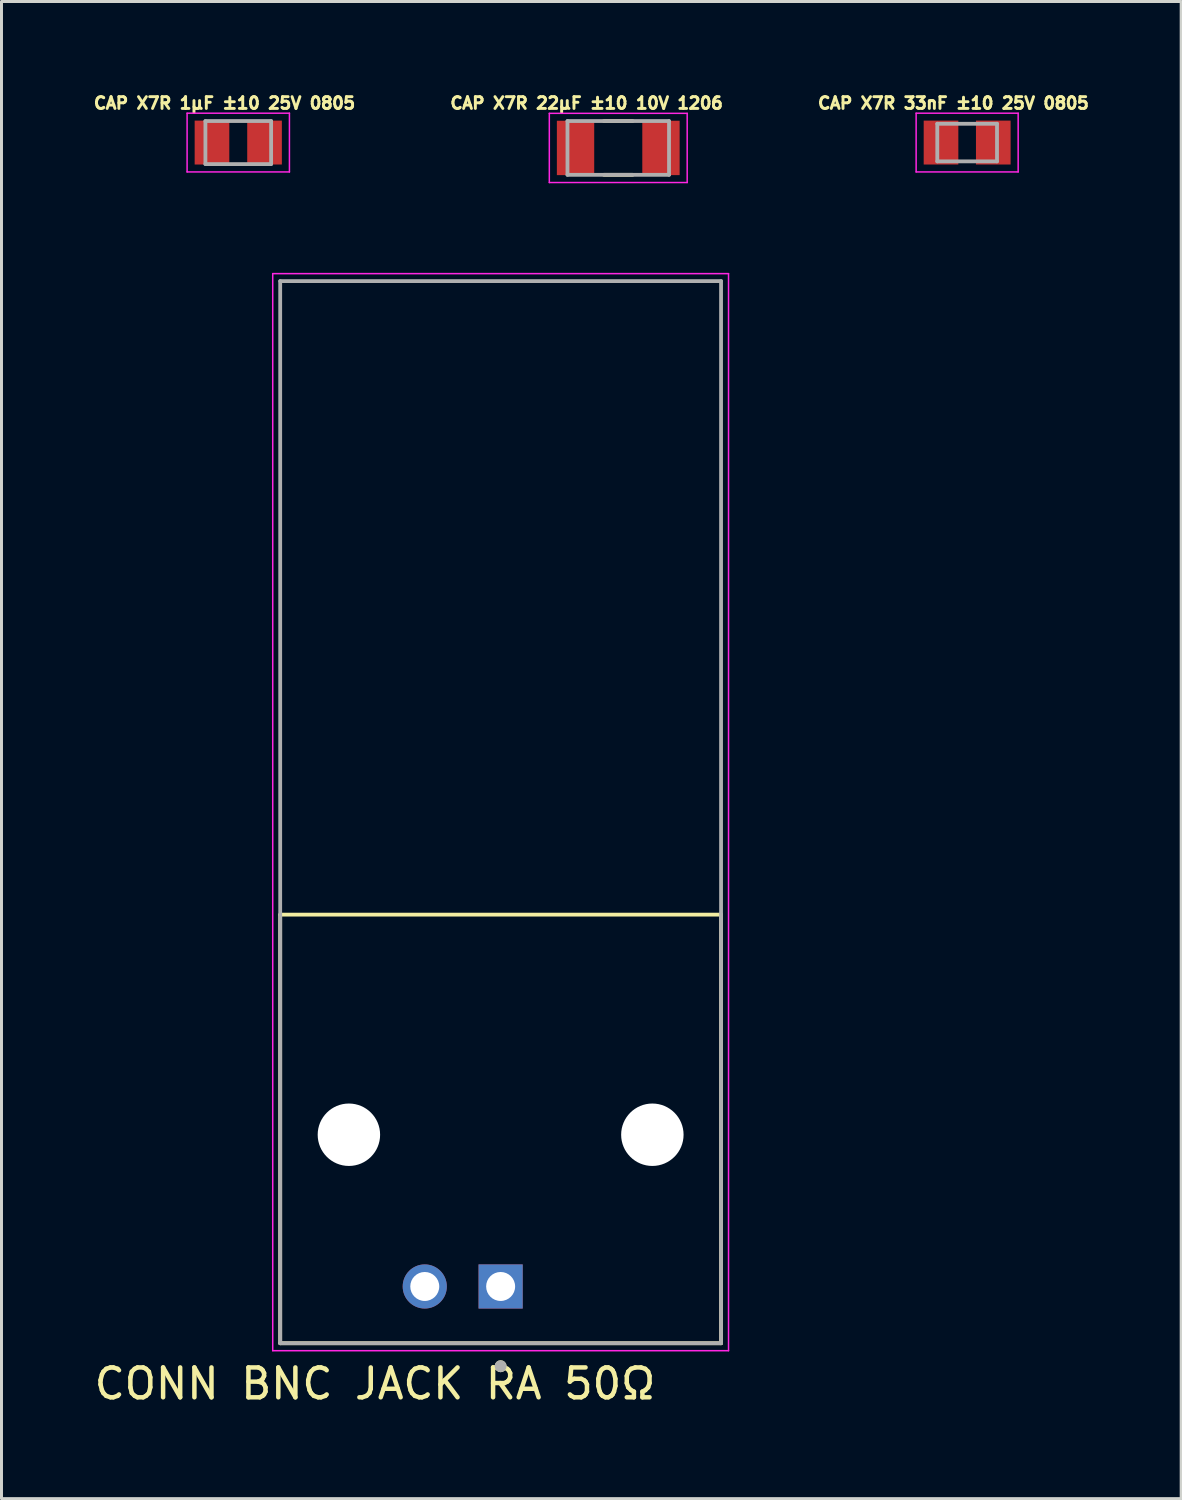
<source format=kicad_pcb>
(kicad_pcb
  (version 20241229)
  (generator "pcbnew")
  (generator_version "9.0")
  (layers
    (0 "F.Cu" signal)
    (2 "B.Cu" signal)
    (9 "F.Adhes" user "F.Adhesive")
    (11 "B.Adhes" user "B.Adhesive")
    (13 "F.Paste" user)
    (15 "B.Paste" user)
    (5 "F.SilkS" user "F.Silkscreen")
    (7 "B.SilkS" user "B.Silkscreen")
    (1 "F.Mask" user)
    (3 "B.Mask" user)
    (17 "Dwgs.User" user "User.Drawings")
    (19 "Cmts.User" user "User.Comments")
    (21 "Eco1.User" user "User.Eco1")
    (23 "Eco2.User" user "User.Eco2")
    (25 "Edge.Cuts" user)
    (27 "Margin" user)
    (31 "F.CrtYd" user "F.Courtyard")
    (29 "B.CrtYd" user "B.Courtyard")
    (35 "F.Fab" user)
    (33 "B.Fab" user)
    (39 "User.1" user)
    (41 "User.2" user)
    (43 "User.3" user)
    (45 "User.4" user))
  (footprint "CAP X7R 22μF ±10 10V 1206"
    (layer "F.Cu")
    (at 17.649 1.903)
    (property "Reference" "CAP X7R 22μF ±10 10V 1206" (at -1.06 -1.5 0) (layer "F.SilkS") (effects (font (size 0.394 0.394) (thickness 0.098))))
    (attr smd)
    (fp_line (start -0.48 -0.9) (end 0.48 -0.9) (stroke (width 0.127) (type solid)) (layer "F.SilkS"))
    (fp_line (start -0.48 0.9) (end 0.48 0.9) (stroke (width 0.127) (type solid)) (layer "F.SilkS"))
    (fp_line (start -2.308 -1.158) (end 2.308 -1.158) (stroke (width 0.05) (type solid)) (layer "F.CrtYd"))
    (fp_line (start -2.308 1.158) (end -2.308 -1.158) (stroke (width 0.05) (type solid)) (layer "F.CrtYd"))
    (fp_line (start -2.308 1.158) (end 2.308 1.158) (stroke (width 0.05) (type solid)) (layer "F.CrtYd"))
    (fp_line (start 2.308 1.158) (end 2.308 -1.158) (stroke (width 0.05) (type solid)) (layer "F.CrtYd"))
    (fp_line (start -1.7 0.9) (end -1.7 -0.9) (stroke (width 0.127) (type solid)) (layer "F.Fab"))
    (fp_line (start 1.7 -0.9) (end -1.7 -0.9) (stroke (width 0.127) (type solid)) (layer "F.Fab"))
    (fp_line (start 1.7 0.9) (end -1.7 0.9) (stroke (width 0.127) (type solid)) (layer "F.Fab"))
    (fp_line (start 1.7 0.9) (end 1.7 -0.9) (stroke (width 0.127) (type solid)) (layer "F.Fab"))
    (pad "1" smd rect (at -1.43 0) (size 1.25 1.82) (layers "F.Cu" "F.Mask" "F.Paste"))
    (pad "2" smd rect (at 1.43 0) (size 1.25 1.82) (layers "F.Cu" "F.Mask" "F.Paste")))
  (footprint "CONN BNC JACK RA 50Ω"
    (layer "F.Cu")
    (at 13.711 34.941)
    (property "Reference" "CONN BNC JACK RA 50Ω" (at -4.205 8.335 0) (layer "F.SilkS") (effects (font (size 1 1) (thickness 0.15))))
    (attr through_hole)
    (fp_line (start -7.38 -7.37) (end 7.38 -7.37) (stroke (width 0.127) (type solid)) (layer "F.SilkS"))
    (fp_line (start -7.38 6.98) (end -7.38 -7.37) (stroke (width 0.127) (type solid)) (layer "F.SilkS"))
    (fp_line (start 7.38 -7.37) (end 7.38 6.98) (stroke (width 0.127) (type solid)) (layer "F.SilkS"))
    (fp_line (start 7.38 6.98) (end -7.38 6.98) (stroke (width 0.127) (type solid)) (layer "F.SilkS"))
    (fp_circle (center 0 7.75) (end 0.1 7.75) (stroke (width 0.2) (type solid)) (fill no) (layer "F.SilkS"))
    (fp_line (start -7.63 -28.83) (end 7.63 -28.83) (stroke (width 0.05) (type solid)) (layer "F.CrtYd"))
    (fp_line (start -7.63 7.23) (end -7.63 -28.83) (stroke (width 0.05) (type solid)) (layer "F.CrtYd"))
    (fp_line (start 7.63 -28.83) (end 7.63 7.23) (stroke (width 0.05) (type solid)) (layer "F.CrtYd"))
    (fp_line (start 7.63 7.23) (end -7.63 7.23) (stroke (width 0.05) (type solid)) (layer "F.CrtYd"))
    (fp_line (start -7.38 -28.58) (end 7.38 -28.58) (stroke (width 0.127) (type solid)) (layer "F.Fab"))
    (fp_line (start -7.38 6.98) (end -7.38 -28.58) (stroke (width 0.127) (type solid)) (layer "F.Fab"))
    (fp_line (start 7.38 -28.58) (end 7.38 6.98) (stroke (width 0.127) (type solid)) (layer "F.Fab"))
    (fp_line (start 7.38 6.98) (end -7.38 6.98) (stroke (width 0.127) (type solid)) (layer "F.Fab"))
    (fp_circle (center 0 7.75) (end 0.1 7.75) (stroke (width 0.2) (type solid)) (fill no) (layer "F.Fab"))
    (pad "" np_thru_hole circle (at -5.08 0) (size 2.09 2.09) (drill 2.09) (layers "*.Cu" "*.Mask"))
    (pad "" np_thru_hole circle (at 5.08 0) (size 2.09 2.09) (drill 2.09) (layers "*.Cu" "*.Mask"))
    (pad "G" thru_hole circle (at -2.54 5.08) (size 1.478 1.478) (drill 0.97) (layers "*.Cu" "*.Mask"))
    (pad "S" thru_hole rect (at 0 5.08) (size 1.478 1.478) (drill 0.97) (layers "*.Cu" "*.Mask")))
  (footprint "CAP X7R 1μF ±10 25V 0805"
    (layer "F.Cu")
    (at 4.927 1.723)
    (property "Reference" "CAP X7R 1μF ±10 25V 0805" (at -0.46 -1.32 0) (layer "F.SilkS") (effects (font (size 0.394 0.394) (thickness 0.098))))
    (attr smd)
    (fp_line (start -1.713 -0.983) (end 1.713 -0.983) (stroke (width 0.05) (type solid)) (layer "F.CrtYd"))
    (fp_line (start -1.713 0.983) (end -1.713 -0.983) (stroke (width 0.05) (type solid)) (layer "F.CrtYd"))
    (fp_line (start -1.713 0.983) (end 1.713 0.983) (stroke (width 0.05) (type solid)) (layer "F.CrtYd"))
    (fp_line (start 1.713 0.983) (end 1.713 -0.983) (stroke (width 0.05) (type solid)) (layer "F.CrtYd"))
    (fp_line (start -1.1 0.72) (end -1.1 -0.72) (stroke (width 0.127) (type solid)) (layer "F.Fab"))
    (fp_line (start 1.1 -0.72) (end -1.1 -0.72) (stroke (width 0.127) (type solid)) (layer "F.Fab"))
    (fp_line (start 1.1 0.72) (end -1.1 0.72) (stroke (width 0.127) (type solid)) (layer "F.Fab"))
    (fp_line (start 1.1 0.72) (end 1.1 -0.72) (stroke (width 0.127) (type solid)) (layer "F.Fab"))
    (pad "1" smd rect (at -0.88 0) (size 1.16 1.47) (layers "F.Cu" "F.Mask" "F.Paste"))
    (pad "2" smd rect (at 0.88 0) (size 1.16 1.47) (layers "F.Cu" "F.Mask" "F.Paste")))
  (footprint "CAP X7R 33nF ±10 25V 0805"
    (layer "F.Cu")
    (at 29.33 1.723)
    (property "Reference" "CAP X7R 33nF ±10 25V 0805" (at -0.46 -1.32 0) (layer "F.SilkS") (effects (font (size 0.394 0.394) (thickness 0.098))))
    (attr smd)
    (fp_line (start -1.708 -0.983) (end 1.708 -0.983) (stroke (width 0.05) (type solid)) (layer "F.CrtYd"))
    (fp_line (start -1.708 0.983) (end -1.708 -0.983) (stroke (width 0.05) (type solid)) (layer "F.CrtYd"))
    (fp_line (start -1.708 0.983) (end 1.708 0.983) (stroke (width 0.05) (type solid)) (layer "F.CrtYd"))
    (fp_line (start 1.708 0.983) (end 1.708 -0.983) (stroke (width 0.05) (type solid)) (layer "F.CrtYd"))
    (fp_line (start -1 0.63) (end -1 -0.63) (stroke (width 0.127) (type solid)) (layer "F.Fab"))
    (fp_line (start 1 -0.63) (end -1 -0.63) (stroke (width 0.127) (type solid)) (layer "F.Fab"))
    (fp_line (start 1 0.63) (end -1 0.63) (stroke (width 0.127) (type solid)) (layer "F.Fab"))
    (fp_line (start 1 0.63) (end 1 -0.63) (stroke (width 0.127) (type solid)) (layer "F.Fab"))
    (pad "1" smd rect (at -0.875 0) (size 1.16 1.47) (layers "F.Cu" "F.Mask" "F.Paste"))
    (pad "2" smd rect (at 0.875 0) (size 1.16 1.47) (layers "F.Cu" "F.Mask" "F.Paste")))
  (gr_rect
    (start -3 -3)
    (end 36.496 47.124)
    (stroke (width 0.1) (type default))
    (fill no)
    (layer "Edge.Cuts")))
</source>
